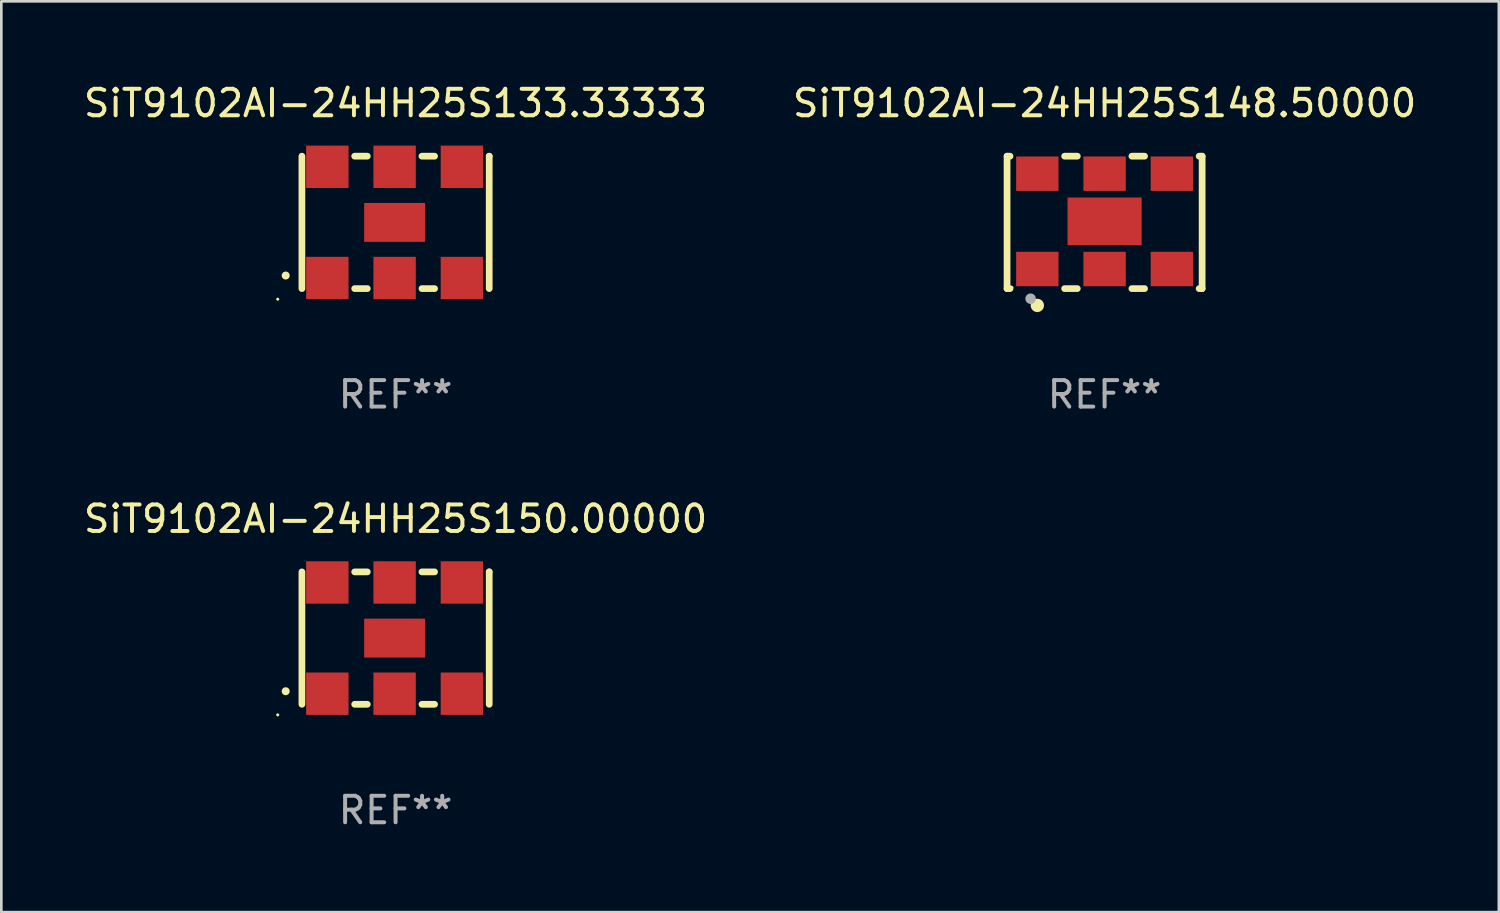
<source format=kicad_pcb>
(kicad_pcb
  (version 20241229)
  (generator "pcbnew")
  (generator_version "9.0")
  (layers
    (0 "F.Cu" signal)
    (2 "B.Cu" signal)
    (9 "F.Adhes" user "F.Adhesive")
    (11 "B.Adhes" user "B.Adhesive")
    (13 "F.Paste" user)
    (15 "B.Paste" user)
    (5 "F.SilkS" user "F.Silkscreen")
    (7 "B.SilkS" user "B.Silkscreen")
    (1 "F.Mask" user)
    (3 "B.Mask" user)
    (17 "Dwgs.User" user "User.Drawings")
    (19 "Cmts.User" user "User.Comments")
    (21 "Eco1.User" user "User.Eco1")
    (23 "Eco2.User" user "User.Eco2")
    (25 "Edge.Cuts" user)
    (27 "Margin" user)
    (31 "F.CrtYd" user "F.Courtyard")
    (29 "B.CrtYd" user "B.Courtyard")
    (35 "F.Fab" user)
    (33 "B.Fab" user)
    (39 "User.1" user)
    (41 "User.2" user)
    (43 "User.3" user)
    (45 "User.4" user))
  (footprint "SiT9102AI-24HH25S148.50000"
    (layer "F.Cu")
    (at 38.661 5.348)
    (property "Reference" "SiT9102AI-24HH25S148.50000" (at 0 -4.5 0) (layer "F.SilkS") (effects (font (size 1 1) (thickness 0.15))))
    (attr through_hole)
    (fp_line (start -3.683 -2.5) (end -3.571 -2.5) (stroke (width 0.254) (type solid)) (layer "F.SilkS"))
    (fp_line (start -3.683 2.5) (end -3.683 -2.5) (stroke (width 0.254) (type solid)) (layer "F.SilkS"))
    (fp_line (start -3.683 2.5) (end -3.571 2.5) (stroke (width 0.254) (type solid)) (layer "F.SilkS"))
    (fp_line (start -1.509 -2.5) (end -1.031 -2.5) (stroke (width 0.254) (type solid)) (layer "F.SilkS"))
    (fp_line (start -1.509 2.5) (end -1.031 2.5) (stroke (width 0.254) (type solid)) (layer "F.SilkS"))
    (fp_line (start 1.031 -2.5) (end 1.509 -2.5) (stroke (width 0.254) (type solid)) (layer "F.SilkS"))
    (fp_line (start 1.031 2.5) (end 1.509 2.5) (stroke (width 0.254) (type solid)) (layer "F.SilkS"))
    (fp_line (start 3.571 -2.5) (end 3.683 -2.5) (stroke (width 0.254) (type solid)) (layer "F.SilkS"))
    (fp_line (start 3.571 2.5) (end 3.683 2.5) (stroke (width 0.254) (type solid)) (layer "F.SilkS"))
    (fp_line (start 3.683 2.5) (end 3.683 -2.5) (stroke (width 0.254) (type solid)) (layer "F.SilkS"))
    (fp_circle (center -3.5 2.46) (end -3.47 2.46) (stroke (width 0.06) (type solid)) (fill no) (layer "F.SilkS"))
    (fp_circle (center -2.54 3.135) (end -2.413 3.135) (stroke (width 0.254) (type solid)) (fill no) (layer "F.SilkS"))
    (fp_circle (center -2.794 2.881) (end -2.694 2.881) (stroke (width 0.2) (type solid)) (fill no) (layer "F.Fab"))
    (fp_text user "REF**" (at 0 6.5 0) (layer "F.Fab") (effects (font (size 1 1) (thickness 0.15))))
    (pad "1" smd rect (at -2.54 1.76) (size 1.6 1.3) (layers "F.Cu" "F.Mask" "F.Paste"))
    (pad "2" smd rect (at 0 1.76) (size 1.6 1.3) (layers "F.Cu" "F.Mask" "F.Paste"))
    (pad "3" smd rect (at 2.54 1.76) (size 1.6 1.3) (layers "F.Cu" "F.Mask" "F.Paste"))
    (pad "4" smd rect (at 2.54 -1.84) (size 1.6 1.3) (layers "F.Cu" "F.Mask" "F.Paste"))
    (pad "5" smd rect (at 0 -1.84) (size 1.6 1.3) (layers "F.Cu" "F.Mask" "F.Paste"))
    (pad "6" smd rect (at -2.54 -1.84) (size 1.6 1.3) (layers "F.Cu" "F.Mask" "F.Paste"))
    (pad "7" smd rect (at 0 -0.04) (size 2.8 1.8) (layers "F.Cu" "F.Mask" "F.Paste")))
  (footprint "SiT9102AI-24HH25S150.00000"
    (layer "F.Cu")
    (at 11.887 21.045)
    (property "Reference" "SiT9102AI-24HH25S150.00000" (at 0 -4.5 0) (layer "F.SilkS") (effects (font (size 1 1) (thickness 0.15))))
    (attr through_hole)
    (fp_line (start -3.536 -2.5) (end -3.536 2.5) (stroke (width 0.254) (type solid)) (layer "F.SilkS"))
    (fp_line (start -1.544 2.5) (end -1.067 2.5) (stroke (width 0.254) (type solid)) (layer "F.SilkS"))
    (fp_line (start -1.067 -2.5) (end -1.544 -2.5) (stroke (width 0.254) (type solid)) (layer "F.SilkS"))
    (fp_line (start 0.996 2.5) (end 1.473 2.5) (stroke (width 0.254) (type solid)) (layer "F.SilkS"))
    (fp_line (start 1.473 -2.5) (end 0.996 -2.5) (stroke (width 0.254) (type solid)) (layer "F.SilkS"))
    (fp_line (start 3.536 -2.5) (end 3.536 -2.5) (stroke (width 0.254) (type solid)) (layer "F.SilkS"))
    (fp_line (start 3.536 2.5) (end 3.536 -2.5) (stroke (width 0.254) (type solid)) (layer "F.SilkS"))
    (fp_arc (start -4.150432 2.006604) (mid -4.149162 2.006599) (end -4.147892 2.006604) (stroke (width 0.3) (type solid)) (layer "F.SilkS"))
    (fp_circle (center -4.449 2.9) (end -4.419 2.9) (stroke (width 0.06) (type solid)) (fill no) (layer "F.SilkS"))
    (fp_text user "REF**" (at 0 6.5 0) (layer "F.Fab") (effects (font (size 1 1) (thickness 0.15))))
    (pad "1" smd rect (at -2.576 2.1) (size 1.6 1.6) (layers "F.Cu" "F.Mask" "F.Paste"))
    (pad "2" smd rect (at -0.036 2.1) (size 1.6 1.6) (layers "F.Cu" "F.Mask" "F.Paste"))
    (pad "3" smd rect (at 2.504 2.1) (size 1.6 1.6) (layers "F.Cu" "F.Mask" "F.Paste"))
    (pad "4" smd rect (at 2.504 -2.1) (size 1.6 1.6) (layers "F.Cu" "F.Mask" "F.Paste"))
    (pad "5" smd rect (at -0.036 -2.1) (size 1.6 1.6) (layers "F.Cu" "F.Mask" "F.Paste"))
    (pad "6" smd rect (at -2.576 -2.1) (size 1.6 1.6) (layers "F.Cu" "F.Mask" "F.Paste"))
    (pad "7" smd rect (at -0.036 0) (size 2.3 1.47) (layers "F.Cu" "F.Mask" "F.Paste")))
  (footprint "SiT9102AI-24HH25S133.33333"
    (layer "F.Cu")
    (at 11.887 5.348)
    (property "Reference" "SiT9102AI-24HH25S133.33333" (at 0 -4.5 0) (layer "F.SilkS") (effects (font (size 1 1) (thickness 0.15))))
    (attr through_hole)
    (fp_line (start -3.536 -2.5) (end -3.536 2.5) (stroke (width 0.254) (type solid)) (layer "F.SilkS"))
    (fp_line (start -1.544 2.5) (end -1.067 2.5) (stroke (width 0.254) (type solid)) (layer "F.SilkS"))
    (fp_line (start -1.067 -2.5) (end -1.544 -2.5) (stroke (width 0.254) (type solid)) (layer "F.SilkS"))
    (fp_line (start 0.996 2.5) (end 1.473 2.5) (stroke (width 0.254) (type solid)) (layer "F.SilkS"))
    (fp_line (start 1.473 -2.5) (end 0.996 -2.5) (stroke (width 0.254) (type solid)) (layer "F.SilkS"))
    (fp_line (start 3.536 -2.5) (end 3.536 -2.5) (stroke (width 0.254) (type solid)) (layer "F.SilkS"))
    (fp_line (start 3.536 2.5) (end 3.536 -2.5) (stroke (width 0.254) (type solid)) (layer "F.SilkS"))
    (fp_arc (start -4.150432 2.006604) (mid -4.149162 2.006599) (end -4.147892 2.006604) (stroke (width 0.3) (type solid)) (layer "F.SilkS"))
    (fp_circle (center -4.449 2.9) (end -4.419 2.9) (stroke (width 0.06) (type solid)) (fill no) (layer "F.SilkS"))
    (fp_text user "REF**" (at 0 6.5 0) (layer "F.Fab") (effects (font (size 1 1) (thickness 0.15))))
    (pad "1" smd rect (at -2.576 2.1) (size 1.6 1.6) (layers "F.Cu" "F.Mask" "F.Paste"))
    (pad "2" smd rect (at -0.036 2.1) (size 1.6 1.6) (layers "F.Cu" "F.Mask" "F.Paste"))
    (pad "3" smd rect (at 2.504 2.1) (size 1.6 1.6) (layers "F.Cu" "F.Mask" "F.Paste"))
    (pad "4" smd rect (at 2.504 -2.1) (size 1.6 1.6) (layers "F.Cu" "F.Mask" "F.Paste"))
    (pad "5" smd rect (at -0.036 -2.1) (size 1.6 1.6) (layers "F.Cu" "F.Mask" "F.Paste"))
    (pad "6" smd rect (at -2.576 -2.1) (size 1.6 1.6) (layers "F.Cu" "F.Mask" "F.Paste"))
    (pad "7" smd rect (at -0.036 0) (size 2.3 1.47) (layers "F.Cu" "F.Mask" "F.Paste")))
  (gr_rect
    (start -3 -3)
    (end 53.548 31.393)
    (stroke (width 0.1) (type default))
    (fill no)
    (layer "Edge.Cuts")))
</source>
